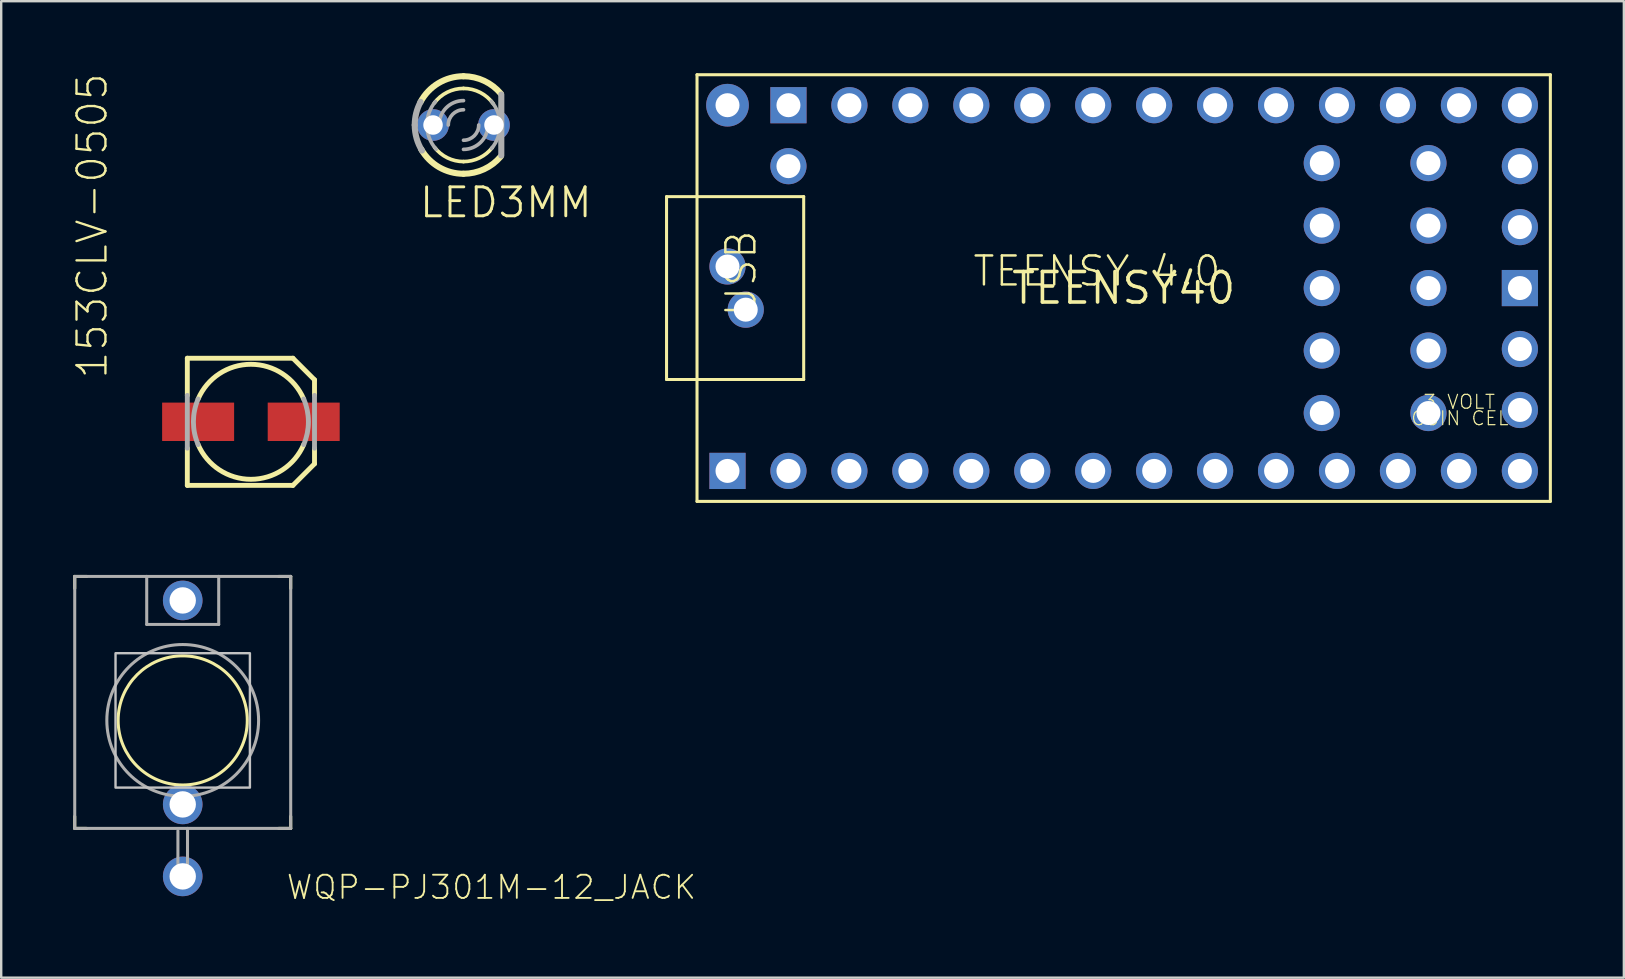
<source format=kicad_pcb>
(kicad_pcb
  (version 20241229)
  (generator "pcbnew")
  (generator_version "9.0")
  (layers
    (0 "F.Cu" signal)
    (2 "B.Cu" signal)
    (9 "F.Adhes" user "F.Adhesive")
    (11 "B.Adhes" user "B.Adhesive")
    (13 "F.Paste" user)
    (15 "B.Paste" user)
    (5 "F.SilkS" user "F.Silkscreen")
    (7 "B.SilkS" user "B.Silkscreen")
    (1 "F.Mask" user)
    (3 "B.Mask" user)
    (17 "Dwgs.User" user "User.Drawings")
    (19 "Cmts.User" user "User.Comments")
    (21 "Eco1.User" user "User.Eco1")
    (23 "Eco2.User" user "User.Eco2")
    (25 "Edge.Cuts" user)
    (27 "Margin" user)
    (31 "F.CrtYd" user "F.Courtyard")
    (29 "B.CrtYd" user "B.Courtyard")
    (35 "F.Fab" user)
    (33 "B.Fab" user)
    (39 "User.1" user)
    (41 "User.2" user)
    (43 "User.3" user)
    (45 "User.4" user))
  (footprint "WQP-PJ301M-12_JACK"
    (layer "F.Cu")
    (at 4.564 26.971)
    (property "Reference" "WQP-PJ301M-12_JACK" (at 4.267 7.518 180) (layer "F.SilkS") (effects (font (size 0.965 0.965) (thickness 0.077)) (justify left bottom)))
    (attr through_hole)
    (fp_line (start -4.5 -6) (end -4 -6) (stroke (width 0.127) (type solid)) (layer "F.SilkS"))
    (fp_line (start -4.5 -5.5) (end -4.5 -6) (stroke (width 0.127) (type solid)) (layer "F.SilkS"))
    (fp_line (start -4.5 4) (end -4.5 4.5) (stroke (width 0.127) (type solid)) (layer "F.SilkS"))
    (fp_line (start -4.5 4.5) (end -4 4.5) (stroke (width 0.127) (type solid)) (layer "F.SilkS"))
    (fp_line (start 4 -6) (end 4.5 -6) (stroke (width 0.127) (type solid)) (layer "F.SilkS"))
    (fp_line (start 4.5 -6) (end 4.5 -5.5) (stroke (width 0.127) (type solid)) (layer "F.SilkS"))
    (fp_line (start 4.5 4) (end 4.5 4.5) (stroke (width 0.127) (type solid)) (layer "F.SilkS"))
    (fp_line (start 4.5 4.5) (end 4 4.5) (stroke (width 0.127) (type solid)) (layer "F.SilkS"))
    (fp_circle (center 0 0) (end 2.691 0) (stroke (width 0.127) (type solid)) (fill no) (layer "F.SilkS"))
    (fp_poly (pts (xy -2.8 2.8) (xy 2.8 2.8) (xy 2.8 -2.8) (xy -2.8 -2.8)) (stroke (width 0.1) (type solid)) (fill no) (layer "Dwgs.User"))
    (fp_line (start -4.5 -6) (end -4.5 4.5) (stroke (width 0.127) (type solid)) (layer "F.Fab"))
    (fp_line (start -4.5 -6) (end -1.5 -6) (stroke (width 0.127) (type solid)) (layer "F.Fab"))
    (fp_line (start -4.5 4.5) (end 0.2 4.5) (stroke (width 0.127) (type solid)) (layer "F.Fab"))
    (fp_line (start -1.5 -6) (end -1.5 -4) (stroke (width 0.127) (type solid)) (layer "F.Fab"))
    (fp_line (start -1.5 -6) (end 1.5 -6) (stroke (width 0.127) (type solid)) (layer "F.Fab"))
    (fp_line (start -1.5 -4) (end 1.5 -4) (stroke (width 0.127) (type solid)) (layer "F.Fab"))
    (fp_line (start -0.2 4.6) (end -0.2 6.7) (stroke (width 0.127) (type solid)) (layer "F.Fab"))
    (fp_line (start -0.2 6.7) (end 0.2 6.7) (stroke (width 0.127) (type solid)) (layer "F.Fab"))
    (fp_line (start 0.2 4.5) (end 4.5 4.5) (stroke (width 0.127) (type solid)) (layer "F.Fab"))
    (fp_line (start 0.2 6.7) (end 0.2 4.5) (stroke (width 0.127) (type solid)) (layer "F.Fab"))
    (fp_line (start 1.5 -6) (end 4.5 -6) (stroke (width 0.127) (type solid)) (layer "F.Fab"))
    (fp_line (start 1.5 -4) (end 1.5 -6) (stroke (width 0.127) (type solid)) (layer "F.Fab"))
    (fp_line (start 4.5 4.5) (end 4.5 -6) (stroke (width 0.127) (type solid)) (layer "F.Fab"))
    (fp_circle (center 0 0) (end 3.162 0) (stroke (width 0.127) (type solid)) (fill no) (layer "F.Fab"))
    (pad "P$1_TIP" thru_hole circle (at 0 -5) (size 1.65 1.65) (drill 1.1) (layers "*.Cu" "*.Mask"))
    (pad "P$2_SWITCH" thru_hole circle (at 0 3.5) (size 1.65 1.65) (drill 1.1) (layers "*.Cu" "*.Mask"))
    (pad "P$3_SLEEVE" thru_hole circle (at 0 6.5) (size 1.65 1.65) (drill 1.1) (layers "*.Cu" "*.Mask")))
  (footprint "153CLV-0505"
    (layer "F.Cu")
    (at 7.406 14.527)
    (property "Reference" "153CLV-0505" (at -5.91 -1.724 90) (layer "F.SilkS") (effects (font (size 1.206 1.206) (thickness 0.097)) (justify left bottom)))
    (attr through_hole)
    (fp_line (start -2.65 -2.65) (end 1.75 -2.65) (stroke (width 0.203) (type solid)) (layer "F.SilkS"))
    (fp_line (start -2.65 -1.1) (end -2.65 -2.65) (stroke (width 0.203) (type solid)) (layer "F.SilkS"))
    (fp_line (start -2.65 2.65) (end -2.65 1.1) (stroke (width 0.203) (type solid)) (layer "F.SilkS"))
    (fp_line (start 1.75 -2.65) (end 2.65 -1.75) (stroke (width 0.203) (type solid)) (layer "F.SilkS"))
    (fp_line (start 1.75 2.65) (end -2.65 2.65) (stroke (width 0.203) (type solid)) (layer "F.SilkS"))
    (fp_line (start 2.65 -1.75) (end 2.65 -1.1) (stroke (width 0.203) (type solid)) (layer "F.SilkS"))
    (fp_line (start 2.65 1.1) (end 2.65 1.75) (stroke (width 0.203) (type solid)) (layer "F.SilkS"))
    (fp_line (start 2.65 1.75) (end 1.75 2.65) (stroke (width 0.203) (type solid)) (layer "F.SilkS"))
    (fp_arc (start -2.2 -0.95) (mid 0 -2.396351) (end 2.2 -0.95) (stroke (width 0.2032) (type solid)) (layer "F.SilkS"))
    (fp_arc (start 2.2 0.95) (mid 0 2.396351) (end -2.2 0.95) (stroke (width 0.2032) (type solid)) (layer "F.SilkS"))
    (fp_line (start -2.65 1.1) (end -2.65 -1.1) (stroke (width 0.203) (type solid)) (layer "F.Fab"))
    (fp_line (start 2.65 -1.1) (end 2.65 1.1) (stroke (width 0.203) (type solid)) (layer "F.Fab"))
    (fp_arc (start -2.2 0.95) (mid -2.396351 0) (end -2.2 -0.95) (stroke (width 0.2032) (type solid)) (layer "F.Fab"))
    (fp_arc (start 2.2 -0.95) (mid 2.396351 0) (end 2.2 0.95) (stroke (width 0.2032) (type solid)) (layer "F.Fab"))
    (pad "+" smd rect (at 2.2 0) (size 3 1.6) (layers "F.Cu" "F.Mask" "F.Paste"))
    (pad "-" smd rect (at -2.2 0) (size 3 1.6) (layers "F.Cu" "F.Mask" "F.Paste")))
  (footprint "LED3MM"
    (layer "F.Cu")
    (at 16.265 2.159)
    (property "Reference" "LED3MM" (at -1.905 3.937 180) (layer "F.SilkS") (effects (font (size 1.206 1.206) (thickness 0.121)) (justify left bottom)))
    (attr through_hole)
    (fp_arc (start -1.7929 -0.9562) (mid -1.045438 -1.7424) (end 0 -2.032) (stroke (width 0.254) (type solid)) (layer "F.SilkS"))
    (fp_arc (start -1.2192 -0.9144) (mid -0.681554 -1.363107) (end 0 -1.524) (stroke (width 0.1524) (type solid)) (layer "F.SilkS"))
    (fp_arc (start 0 -2.032) (mid 0.861864 -1.840173) (end 1.561 -1.3009) (stroke (width 0.254) (type solid)) (layer "F.SilkS"))
    (fp_arc (start 0 -1.524) (mid 0.697339 -1.355082) (end 1.2401 -0.885801) (stroke (width 0.1524) (type solid)) (layer "F.SilkS"))
    (fp_arc (start 0 1.524) (mid -0.669593 1.369018) (end -1.203 0.9356) (stroke (width 0.1524) (type solid)) (layer "F.SilkS"))
    (fp_arc (start 0 2.032) (mid -1.019924 1.757525) (end -1.7643 1.0082) (stroke (width 0.254) (type solid)) (layer "F.SilkS"))
    (fp_arc (start 1.203 0.9356) (mid 0.669593 1.369018) (end 0 1.524) (stroke (width 0.1524) (type solid)) (layer "F.SilkS"))
    (fp_arc (start 1.5512 1.3126) (mid 0.854953 1.843405) (end 0 2.032) (stroke (width 0.254) (type solid)) (layer "F.SilkS"))
    (fp_line (start 1.575 1.27) (end 1.575 -1.27) (stroke (width 0.254) (type solid)) (layer "F.Fab"))
    (fp_arc (start -2.032 0) (mid -1.970339 -0.496775) (end -1.7891 -0.9634) (stroke (width 0.254) (type solid)) (layer "F.Fab"))
    (fp_arc (start -1.7306 1.065) (mid -1.95521 0.553417) (end -2.032 0) (stroke (width 0.254) (type solid)) (layer "F.Fab"))
    (fp_arc (start -1.524 0) (mid -1.432981 -0.518783) (end -1.1708 -0.9756) (stroke (width 0.1524) (type solid)) (layer "F.Fab"))
    (fp_arc (start -1.1391 1.0125) (mid -1.42454 0.5416) (end -1.524 0) (stroke (width 0.1524) (type solid)) (layer "F.Fab"))
    (fp_arc (start -1.016 0) (mid -0.71842 -0.71842) (end 0 -1.016) (stroke (width 0.1524) (type solid)) (layer "F.Fab"))
    (fp_arc (start -0.635 0) (mid -0.449013 -0.449013) (end 0 -0.635) (stroke (width 0.1524) (type solid)) (layer "F.Fab"))
    (fp_arc (start 0.635 0) (mid 0.449013 0.449013) (end 0 0.635) (stroke (width 0.1524) (type solid)) (layer "F.Fab"))
    (fp_arc (start 1.016 0) (mid 0.71842 0.71842) (end 0 1.016) (stroke (width 0.1524) (type solid)) (layer "F.Fab"))
    (fp_arc (start 1.1571 -0.9918) (mid 1.429332 -0.528744) (end 1.524 0) (stroke (width 0.1524) (type solid)) (layer "F.Fab"))
    (fp_arc (start 1.524 0) (mid 1.432981 0.518783) (end 1.1708 0.9756) (stroke (width 0.1524) (type solid)) (layer "F.Fab"))
    (pad "A" thru_hole circle (at -1.27 0) (size 1.321 1.321) (drill 0.813) (layers "*.Cu" "*.Mask"))
    (pad "K" thru_hole circle (at 1.27 0) (size 1.321 1.321) (drill 0.813) (layers "*.Cu" "*.Mask")))
  (footprint "TEENSY40"
    (layer "F.Cu")
    (at 43.776 8.954)
    (property "Reference" "TEENSY40" (at 0 0 0) (layer "F.SilkS") (effects (font (size 1.27 1.27) (thickness 0.15))))
    (attr through_hole)
    (fp_line (start -19.05 -3.81) (end -19.05 3.81) (stroke (width 0.127) (type solid)) (layer "F.SilkS"))
    (fp_line (start -19.05 3.81) (end -13.335 3.81) (stroke (width 0.127) (type solid)) (layer "F.SilkS"))
    (fp_line (start -17.78 -8.89) (end -17.78 8.89) (stroke (width 0.127) (type solid)) (layer "F.SilkS"))
    (fp_line (start -17.78 8.89) (end 17.78 8.89) (stroke (width 0.127) (type solid)) (layer "F.SilkS"))
    (fp_line (start -13.335 -3.81) (end -19.05 -3.81) (stroke (width 0.127) (type solid)) (layer "F.SilkS"))
    (fp_line (start -13.335 3.81) (end -13.335 -3.81) (stroke (width 0.127) (type solid)) (layer "F.SilkS"))
    (fp_line (start 17.78 -8.89) (end -17.78 -8.89) (stroke (width 0.127) (type solid)) (layer "F.SilkS"))
    (fp_line (start 17.78 8.89) (end 17.78 -8.89) (stroke (width 0.127) (type solid)) (layer "F.SilkS"))
    (fp_text user "COIN CEL" (at 11.938 5.766 0) (layer "F.SilkS") (effects (font (size 0.579 0.579) (thickness 0.049)) (justify left bottom)))
    (fp_text user "TEENSY 4.0" (at -6.35 0 0) (layer "F.SilkS") (effects (font (size 1.206 1.206) (thickness 0.102)) (justify left bottom)))
    (fp_text user "USB" (at -15.24 1.27 90) (layer "F.SilkS") (effects (font (size 1.206 1.206) (thickness 0.102)) (justify left bottom)))
    (fp_text user "3 VOLT" (at 12.446 5.08 0) (layer "F.SilkS") (effects (font (size 0.579 0.579) (thickness 0.049)) (justify left bottom)))
    (pad "0-RX1" thru_hole circle (at -13.97 7.62 90) (size 1.508 1.508) (drill 1) (layers "*.Cu" "*.Mask"))
    (pad "1-TX1" thru_hole circle (at -11.43 7.62 90) (size 1.508 1.508) (drill 1) (layers "*.Cu" "*.Mask"))
    (pad "2-OUT2" thru_hole circle (at -8.89 7.62 90) (size 1.508 1.508) (drill 1) (layers "*.Cu" "*.Mask"))
    (pad "3-LRCLK2" thru_hole circle (at -6.35 7.62 90) (size 1.508 1.508) (drill 1) (layers "*.Cu" "*.Mask"))
    (pad "3V3-1" thru_hole circle (at -11.43 -7.62 90) (size 1.508 1.508) (drill 1) (layers "*.Cu" "*.Mask"))
    (pad "3V3-2" thru_hole circle (at 16.51 2.54 90) (size 1.508 1.508) (drill 1) (layers "*.Cu" "*.Mask"))
    (pad "4-BCLK2" thru_hole circle (at -3.81 7.62 90) (size 1.508 1.508) (drill 1) (layers "*.Cu" "*.Mask"))
    (pad "5-IN2" thru_hole circle (at -1.27 7.62 90) (size 1.508 1.508) (drill 1) (layers "*.Cu" "*.Mask"))
    (pad "6-OUT1D" thru_hole circle (at 1.27 7.62 90) (size 1.508 1.508) (drill 1) (layers "*.Cu" "*.Mask"))
    (pad "7-RX2/OUT1A" thru_hole circle (at 3.81 7.62 90) (size 1.508 1.508) (drill 1) (layers "*.Cu" "*.Mask"))
    (pad "8-TX2/IN1" thru_hole circle (at 6.35 7.62 90) (size 1.508 1.508) (drill 1) (layers "*.Cu" "*.Mask"))
    (pad "9-OUT1C" thru_hole circle (at 8.89 7.62 90) (size 1.508 1.508) (drill 1) (layers "*.Cu" "*.Mask"))
    (pad "10-CS/MQSR" thru_hole circle (at 11.43 7.62 90) (size 1.508 1.508) (drill 1) (layers "*.Cu" "*.Mask"))
    (pad "11-MOSI/CTX1" thru_hole circle (at 13.97 7.62 90) (size 1.508 1.508) (drill 1) (layers "*.Cu" "*.Mask"))
    (pad "12-MIO/MQSL" thru_hole circle (at 16.51 7.62 90) (size 1.508 1.508) (drill 1) (layers "*.Cu" "*.Mask"))
    (pad "13-SCK/CRX1/LED" thru_hole circle (at 16.51 -7.62 90) (size 1.508 1.508) (drill 1) (layers "*.Cu" "*.Mask"))
    (pad "14-A0/TX3/S-PFI_OUT" thru_hole circle (at 13.97 -7.62 90) (size 1.508 1.508) (drill 1) (layers "*.Cu" "*.Mask"))
    (pad "15-A1/RX3/S-PDIF_IN" thru_hole circle (at 11.43 -7.62 90) (size 1.508 1.508) (drill 1) (layers "*.Cu" "*.Mask"))
    (pad "16-A2/RX4/SCL1" thru_hole circle (at 8.89 -7.62 90) (size 1.508 1.508) (drill 1) (layers "*.Cu" "*.Mask"))
    (pad "17-A3/TX4/SDA1" thru_hole circle (at 6.35 -7.62 90) (size 1.508 1.508) (drill 1) (layers "*.Cu" "*.Mask"))
    (pad "18-A4/SDA0" thru_hole circle (at 3.81 -7.62 90) (size 1.508 1.508) (drill 1) (layers "*.Cu" "*.Mask"))
    (pad "19-A5/SCL0" thru_hole circle (at 1.27 -7.62 90) (size 1.508 1.508) (drill 1) (layers "*.Cu" "*.Mask"))
    (pad "20-A6/TX5/LRCLK1" thru_hole circle (at -1.27 -7.62 90) (size 1.508 1.508) (drill 1) (layers "*.Cu" "*.Mask"))
    (pad "21-A7/RX5/BCLK1" thru_hole circle (at -3.81 -7.62 90) (size 1.508 1.508) (drill 1) (layers "*.Cu" "*.Mask"))
    (pad "22-A8/CTX1" thru_hole circle (at -6.35 -7.62 90) (size 1.508 1.508) (drill 1) (layers "*.Cu" "*.Mask"))
    (pad "23-A9/CRX1/CCLK1" thru_hole circle (at -8.89 -7.62 90) (size 1.508 1.508) (drill 1) (layers "*.Cu" "*.Mask"))
    (pad "24-A10/TX6/SCL2" thru_hole circle (at 12.7 -5.207) (size 1.508 1.508) (drill 1) (layers "*.Cu" "*.Mask"))
    (pad "25-A11/SDA2" thru_hole circle (at 8.255 -5.207) (size 1.508 1.508) (drill 1) (layers "*.Cu" "*.Mask"))
    (pad "26-A12/MOSI1" thru_hole circle (at 12.7 -2.603) (size 1.508 1.508) (drill 1) (layers "*.Cu" "*.Mask"))
    (pad "27-A13/SCK1" thru_hole circle (at 8.255 -2.603) (size 1.508 1.508) (drill 1) (layers "*.Cu" "*.Mask"))
    (pad "28-RX7" thru_hole circle (at 12.7 0) (size 1.508 1.508) (drill 1) (layers "*.Cu" "*.Mask"))
    (pad "29-TX7" thru_hole circle (at 8.255 0) (size 1.508 1.508) (drill 1) (layers "*.Cu" "*.Mask"))
    (pad "30-CRX3" thru_hole circle (at 12.7 2.603) (size 1.508 1.508) (drill 1) (layers "*.Cu" "*.Mask"))
    (pad "31-CTX3" thru_hole circle (at 8.255 2.603) (size 1.508 1.508) (drill 1) (layers "*.Cu" "*.Mask"))
    (pad "32-OUTB1" thru_hole circle (at 12.7 5.207) (size 1.508 1.508) (drill 1) (layers "*.Cu" "*.Mask"))
    (pad "33-MCLK2" thru_hole circle (at 8.255 5.207) (size 1.508 1.508) (drill 1) (layers "*.Cu" "*.Mask"))
    (pad "D+" thru_hole circle (at -15.75 0.9) (size 1.508 1.508) (drill 1) (layers "*.Cu" "*.Mask"))
    (pad "D-" thru_hole circle (at -16.51 -0.9) (size 1.508 1.508) (drill 1) (layers "*.Cu" "*.Mask"))
    (pad "GND1" thru_hole rect (at -16.51 7.62) (size 1.508 1.508) (drill 1) (layers "*.Cu" "*.Mask"))
    (pad "GND2" thru_hole rect (at 16.51 0) (size 1.508 1.508) (drill 1) (layers "*.Cu" "*.Mask"))
    (pad "GND3" thru_hole rect (at -13.97 -7.62) (size 1.508 1.508) (drill 1) (layers "*.Cu" "*.Mask"))
    (pad "ON/OFF" thru_hole circle (at 16.51 -5.08 90) (size 1.508 1.508) (drill 1) (layers "*.Cu" "*.Mask"))
    (pad "PROGRAM" thru_hole circle (at 16.51 -2.54 90) (size 1.508 1.508) (drill 1) (layers "*.Cu" "*.Mask"))
    (pad "VBAT" thru_hole circle (at 16.51 5.08 90) (size 1.508 1.508) (drill 1) (layers "*.Cu" "*.Mask"))
    (pad "VIN" thru_hole circle (at -16.51 -7.62 180) (size 1.778 1.778) (drill 1) (layers "*.Cu" "*.Mask"))
    (pad "VUSB" thru_hole circle (at -13.97 -5.08 90) (size 1.508 1.508) (drill 1) (layers "*.Cu" "*.Mask")))
  (gr_rect
    (start -3 -3)
    (end 64.619 37.692)
    (stroke (width 0.1) (type default))
    (fill no)
    (layer "Edge.Cuts")))
</source>
